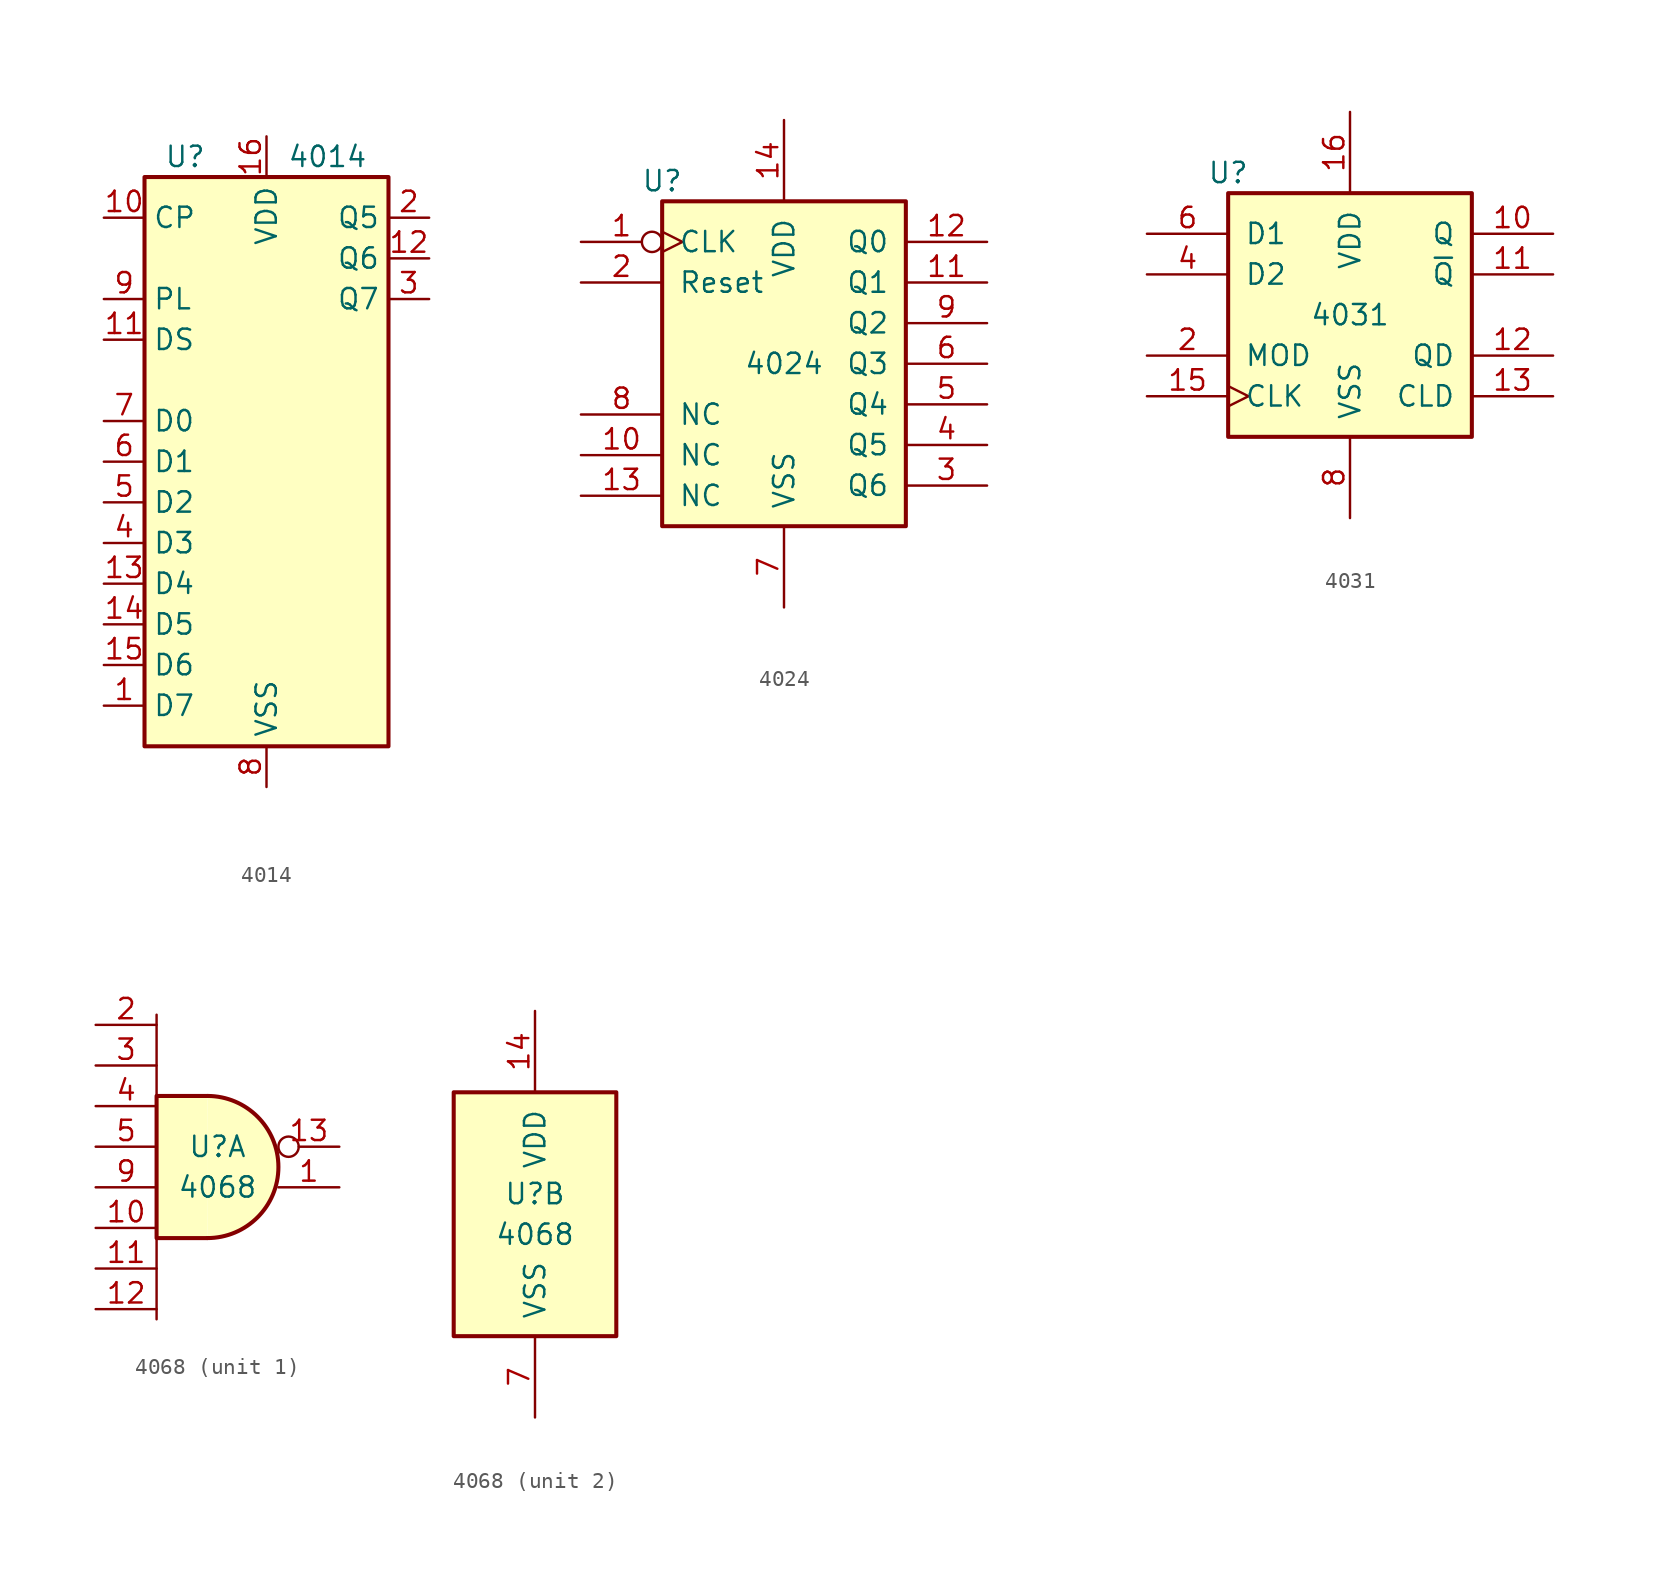
<source format=kicad_sym>
(kicad_symbol_lib
  (version 20211014)
  (generator kicad_symbol_editor)
  (symbol "4014"
    (property "Reference" "U"
      (at -5.08 19.05 0)
      (effects (font (size 1.27 1.27))))
    (property "Value" "4014"
      (at 3.81 19.05 0)
      (effects (font (size 1.27 1.27))))
    (symbol "4014_0_1"
      (rectangle (start -7.62 17.78) (end 7.62 -17.78) (stroke (width 0.254) (type default) (color 0 0 0 0)) (fill (type background))))
    (symbol "4014_1_1"
      (pin input line (at -10.16 -15.24 0) (length 2.54) (name "D7" (effects (font (size 1.27 1.27)))) (number "1" (effects (font (size 1.27 1.27)))))
      (pin input line (at -10.16 15.24 0) (length 2.54) (name "CP" (effects (font (size 1.27 1.27)))) (number "10" (effects (font (size 1.27 1.27)))))
      (pin input line (at -10.16 7.62 0) (length 2.54) (name "DS" (effects (font (size 1.27 1.27)))) (number "11" (effects (font (size 1.27 1.27)))))
      (pin output line (at 10.16 12.7 180) (length 2.54) (name "Q6" (effects (font (size 1.27 1.27)))) (number "12" (effects (font (size 1.27 1.27)))))
      (pin input line (at -10.16 -7.62 0) (length 2.54) (name "D4" (effects (font (size 1.27 1.27)))) (number "13" (effects (font (size 1.27 1.27)))))
      (pin input line (at -10.16 -10.16 0) (length 2.54) (name "D5" (effects (font (size 1.27 1.27)))) (number "14" (effects (font (size 1.27 1.27)))))
      (pin input line (at -10.16 -12.7 0) (length 2.54) (name "D6" (effects (font (size 1.27 1.27)))) (number "15" (effects (font (size 1.27 1.27)))))
      (pin power_in line (at 0 20.32 270) (length 2.54) (name "VDD" (effects (font (size 1.27 1.27)))) (number "16" (effects (font (size 1.27 1.27)))))
      (pin output line (at 10.16 15.24 180) (length 2.54) (name "Q5" (effects (font (size 1.27 1.27)))) (number "2" (effects (font (size 1.27 1.27)))))
      (pin output line (at 10.16 10.16 180) (length 2.54) (name "Q7" (effects (font (size 1.27 1.27)))) (number "3" (effects (font (size 1.27 1.27)))))
      (pin input line (at -10.16 -5.08 0) (length 2.54) (name "D3" (effects (font (size 1.27 1.27)))) (number "4" (effects (font (size 1.27 1.27)))))
      (pin input line (at -10.16 -2.54 0) (length 2.54) (name "D2" (effects (font (size 1.27 1.27)))) (number "5" (effects (font (size 1.27 1.27)))))
      (pin input line (at -10.16 0 0) (length 2.54) (name "D1" (effects (font (size 1.27 1.27)))) (number "6" (effects (font (size 1.27 1.27)))))
      (pin input line (at -10.16 2.54 0) (length 2.54) (name "D0" (effects (font (size 1.27 1.27)))) (number "7" (effects (font (size 1.27 1.27)))))
      (pin power_in line (at 0 -20.32 90) (length 2.54) (name "VSS" (effects (font (size 1.27 1.27)))) (number "8" (effects (font (size 1.27 1.27)))))
      (pin input line (at -10.16 10.16 0) (length 2.54) (name "PL" (effects (font (size 1.27 1.27)))) (number "9" (effects (font (size 1.27 1.27)))))))
  (symbol "4024"
    (pin_names
      (offset 1.016))
    (property "Reference" "U"
      (at -7.62 11.43 0)
      (effects (font (size 1.27 1.27))))
    (property "Value" "4024"
      (at 0 0 0)
      (effects (font (size 1.27 1.27))))
    (symbol "4024_1_0"
      (pin input inverted_clock (at -12.7 7.62 0) (length 5.08) (name "CLK" (effects (font (size 1.27 1.27)))) (number "1" (effects (font (size 1.27 1.27)))))
      (pin output line (at 12.7 5.08 180) (length 5.08) (name "Q1" (effects (font (size 1.27 1.27)))) (number "11" (effects (font (size 1.27 1.27)))))
      (pin output line (at 12.7 7.62 180) (length 5.08) (name "Q0" (effects (font (size 1.27 1.27)))) (number "12" (effects (font (size 1.27 1.27)))))
      (pin power_in line (at 0 15.24 270) (length 5.08) (name "VDD" (effects (font (size 1.27 1.27)))) (number "14" (effects (font (size 1.27 1.27)))))
      (pin input line (at -12.7 5.08 0) (length 5.08) (name "Reset" (effects (font (size 1.27 1.27)))) (number "2" (effects (font (size 1.27 1.27)))))
      (pin output line (at 12.7 -7.62 180) (length 5.08) (name "Q6" (effects (font (size 1.27 1.27)))) (number "3" (effects (font (size 1.27 1.27)))))
      (pin output line (at 12.7 -5.08 180) (length 5.08) (name "Q5" (effects (font (size 1.27 1.27)))) (number "4" (effects (font (size 1.27 1.27)))))
      (pin output line (at 12.7 -2.54 180) (length 5.08) (name "Q4" (effects (font (size 1.27 1.27)))) (number "5" (effects (font (size 1.27 1.27)))))
      (pin output line (at 12.7 0 180) (length 5.08) (name "Q3" (effects (font (size 1.27 1.27)))) (number "6" (effects (font (size 1.27 1.27)))))
      (pin power_in line (at 0 -15.24 90) (length 5.08) (name "VSS" (effects (font (size 1.27 1.27)))) (number "7" (effects (font (size 1.27 1.27)))))
      (pin output line (at 12.7 2.54 180) (length 5.08) (name "Q2" (effects (font (size 1.27 1.27)))) (number "9" (effects (font (size 1.27 1.27))))))
    (symbol "4024_1_1"
      (rectangle (start -7.62 10.16) (end 7.62 -10.16) (stroke (width 0.254) (type default) (color 0 0 0 0)) (fill (type background)))
      (pin input line (at -12.7 -5.715 0) (length 5.08) (name "NC" (effects (font (size 1.27 1.27)))) (number "10" (effects (font (size 1.27 1.27)))))
      (pin input line (at -12.7 -8.255 0) (length 5.08) (name "NC" (effects (font (size 1.27 1.27)))) (number "13" (effects (font (size 1.27 1.27)))))
      (pin input line (at -12.7 -3.175 0) (length 5.08) (name "NC" (effects (font (size 1.27 1.27)))) (number "8" (effects (font (size 1.27 1.27)))))))
  (symbol "4031"
    (pin_names
      (offset 1.016))
    (property "Reference" "U"
      (at -7.62 13.97 0)
      (effects (font (size 1.27 1.27))))
    (property "Value" "4031"
      (at 0 5.08 0)
      (effects (font (size 1.27 1.27))))
    (property "ki_locked" ""
      (at 0 0 0)
      (effects (font (size 1.27 1.27))))
    (symbol "4031_1_0"
      (pin output line (at 12.7 10.16 180) (length 5.08) (name "Q" (effects (font (size 1.27 1.27)))) (number "10" (effects (font (size 1.27 1.27)))))
      (pin output line (at 12.7 7.62 180) (length 5.08) (name "~{Q}" (effects (font (size 1.27 1.27)))) (number "11" (effects (font (size 1.27 1.27)))))
      (pin output line (at 12.7 2.54 180) (length 5.08) (name "QD" (effects (font (size 1.27 1.27)))) (number "12" (effects (font (size 1.27 1.27)))))
      (pin output line (at 12.7 0 180) (length 5.08) (name "CLD" (effects (font (size 1.27 1.27)))) (number "13" (effects (font (size 1.27 1.27)))))
      (pin input clock (at -12.7 0 0) (length 5.08) (name "CLK" (effects (font (size 1.27 1.27)))) (number "15" (effects (font (size 1.27 1.27)))))
      (pin power_in line (at 0 17.78 270) (length 5.08) (name "VDD" (effects (font (size 1.27 1.27)))) (number "16" (effects (font (size 1.27 1.27)))))
      (pin input line (at -12.7 2.54 0) (length 5.08) (name "MOD" (effects (font (size 1.27 1.27)))) (number "2" (effects (font (size 1.27 1.27)))))
      (pin input line (at -12.7 7.62 0) (length 5.08) (name "D2" (effects (font (size 1.27 1.27)))) (number "4" (effects (font (size 1.27 1.27)))))
      (pin input line (at -12.7 10.16 0) (length 5.08) (name "D1" (effects (font (size 1.27 1.27)))) (number "6" (effects (font (size 1.27 1.27)))))
      (pin power_in line (at 0 -7.62 90) (length 5.08) (name "VSS" (effects (font (size 1.27 1.27)))) (number "8" (effects (font (size 1.27 1.27))))))
    (symbol "4031_1_1"
      (rectangle (start -7.62 12.7) (end 7.62 -2.54) (stroke (width 0.254) (type default) (color 0 0 0 0)) (fill (type background)))))
  (symbol "4068"
    (pin_names
      (offset 1.016))
    (property "Reference" "U"
      (at 0 1.27 0)
      (effects (font (size 1.27 1.27))))
    (property "Value" "4068"
      (at 0 -1.27 0)
      (effects (font (size 1.27 1.27))))
    (property "ki_locked" ""
      (at 0 0 0)
      (effects (font (size 1.27 1.27))))
    (symbol "4068_1_1"
      (arc (start -0.635 -4.445) (mid 3.81 0) (end -0.635 4.445) (stroke (width 0.254) (type default) (color 0 0 0 0)) (fill (type background)))
      (polyline (pts (xy -3.81 9.525) (xy -3.81 -9.525)) (stroke (width 0) (type default) (color 0 0 0 0)) (fill (type none)))
      (polyline (pts (xy -0.635 4.445) (xy -3.81 4.445) (xy -3.81 -4.445) (xy -0.635 -4.445)) (stroke (width 0.254) (type default) (color 0 0 0 0)) (fill (type background)))
      (pin output line (at 7.62 -1.27 180) (length 3.81) (name "~" (effects (font (size 1.27 1.27)))) (number "1" (effects (font (size 1.27 1.27)))))
      (pin input line (at -7.62 -3.81 0) (length 3.81) (name "~" (effects (font (size 1.27 1.27)))) (number "10" (effects (font (size 1.27 1.27)))))
      (pin input line (at -7.62 -6.35 0) (length 3.81) (name "~" (effects (font (size 1.27 1.27)))) (number "11" (effects (font (size 1.27 1.27)))))
      (pin input line (at -7.62 -8.89 0) (length 3.81) (name "~" (effects (font (size 1.27 1.27)))) (number "12" (effects (font (size 1.27 1.27)))))
      (pin output inverted (at 7.62 1.27 180) (length 3.81) (name "~" (effects (font (size 1.27 1.27)))) (number "13" (effects (font (size 1.27 1.27)))))
      (pin input line (at -7.62 8.89 0) (length 3.81) (name "~" (effects (font (size 1.27 1.27)))) (number "2" (effects (font (size 1.27 1.27)))))
      (pin input line (at -7.62 6.35 0) (length 3.81) (name "~" (effects (font (size 1.27 1.27)))) (number "3" (effects (font (size 1.27 1.27)))))
      (pin input line (at -7.62 3.81 0) (length 3.81) (name "~" (effects (font (size 1.27 1.27)))) (number "4" (effects (font (size 1.27 1.27)))))
      (pin input line (at -7.62 1.27 0) (length 3.81) (name "~" (effects (font (size 1.27 1.27)))) (number "5" (effects (font (size 1.27 1.27)))))
      (pin input line (at -7.62 -1.27 0) (length 3.81) (name "~" (effects (font (size 1.27 1.27)))) (number "9" (effects (font (size 1.27 1.27))))))
    (symbol "4068_2_1"
      (rectangle (start -5.08 7.62) (end 5.08 -7.62) (stroke (width 0.254) (type default) (color 0 0 0 0)) (fill (type background)))
      (pin power_in line (at 0 12.7 270) (length 5.08) (name "VDD" (effects (font (size 1.27 1.27)))) (number "14" (effects (font (size 1.27 1.27)))))
      (pin power_in line (at 0 -12.7 90) (length 5.08) (name "VSS" (effects (font (size 1.27 1.27)))) (number "7" (effects (font (size 1.27 1.27))))))))
</source>
